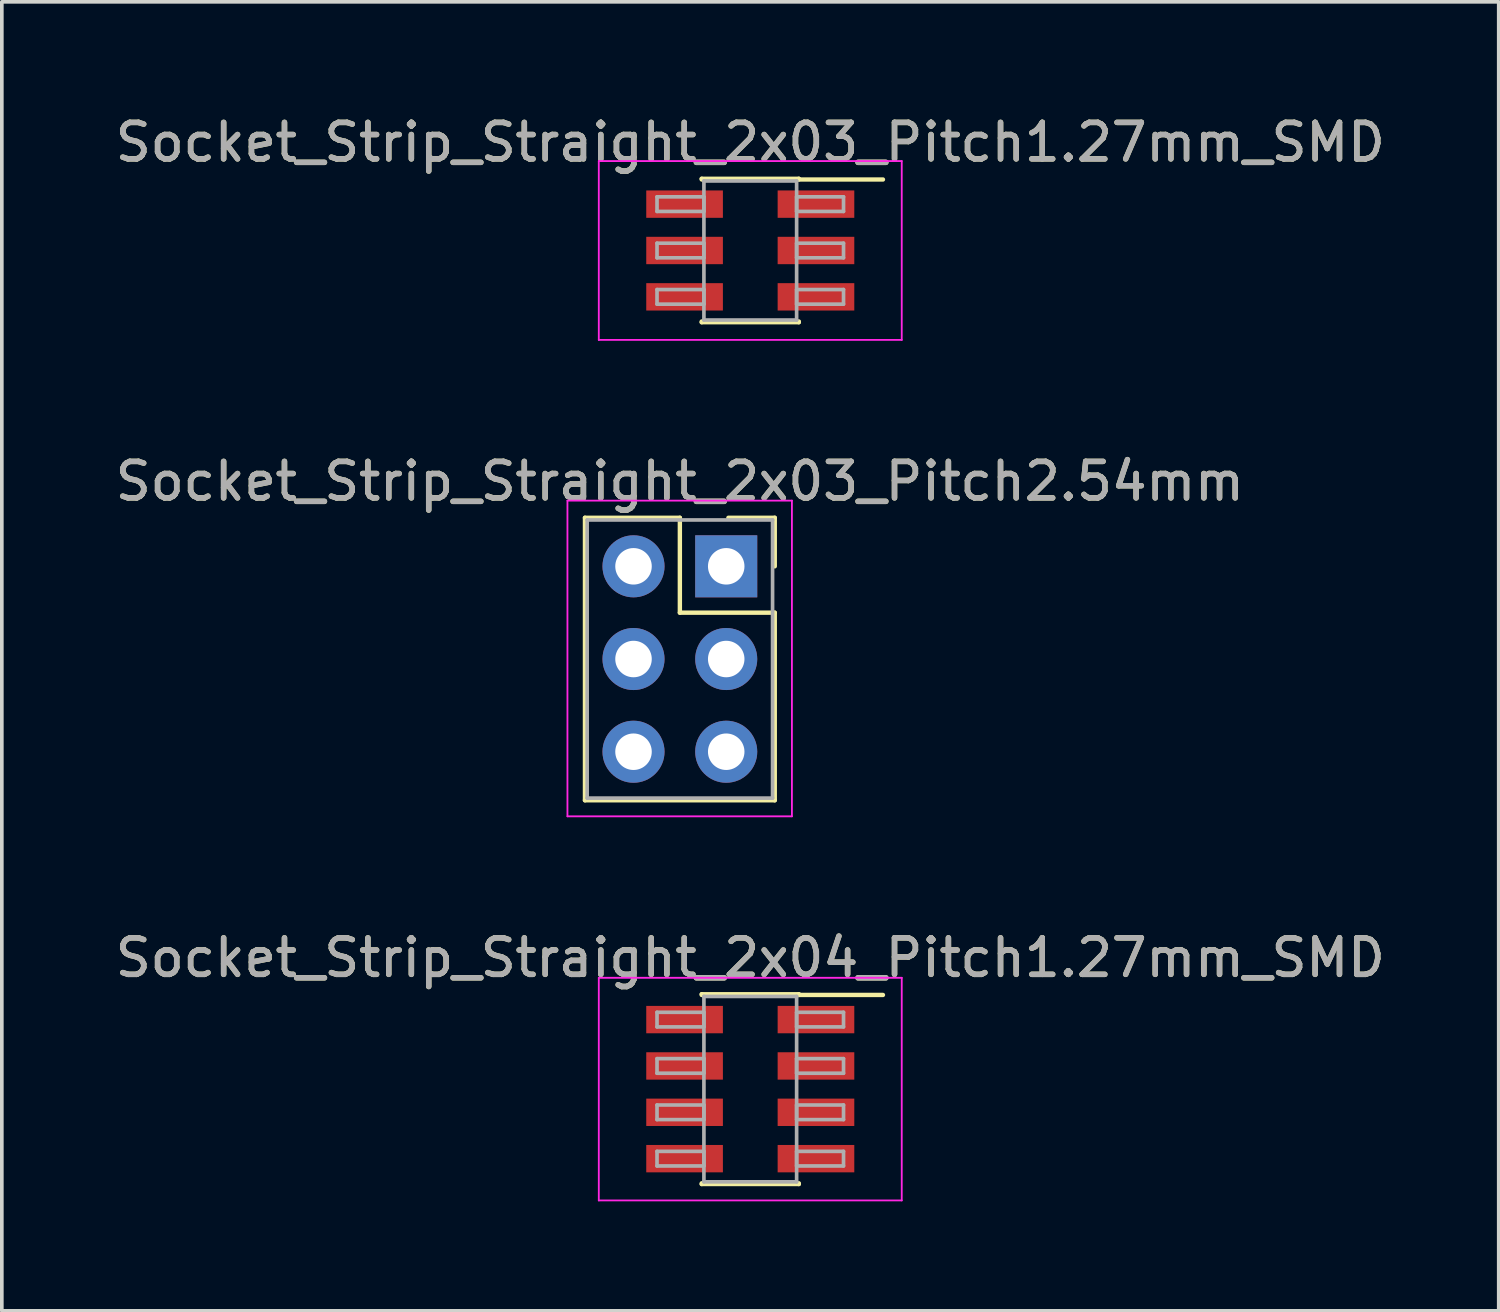
<source format=kicad_pcb>
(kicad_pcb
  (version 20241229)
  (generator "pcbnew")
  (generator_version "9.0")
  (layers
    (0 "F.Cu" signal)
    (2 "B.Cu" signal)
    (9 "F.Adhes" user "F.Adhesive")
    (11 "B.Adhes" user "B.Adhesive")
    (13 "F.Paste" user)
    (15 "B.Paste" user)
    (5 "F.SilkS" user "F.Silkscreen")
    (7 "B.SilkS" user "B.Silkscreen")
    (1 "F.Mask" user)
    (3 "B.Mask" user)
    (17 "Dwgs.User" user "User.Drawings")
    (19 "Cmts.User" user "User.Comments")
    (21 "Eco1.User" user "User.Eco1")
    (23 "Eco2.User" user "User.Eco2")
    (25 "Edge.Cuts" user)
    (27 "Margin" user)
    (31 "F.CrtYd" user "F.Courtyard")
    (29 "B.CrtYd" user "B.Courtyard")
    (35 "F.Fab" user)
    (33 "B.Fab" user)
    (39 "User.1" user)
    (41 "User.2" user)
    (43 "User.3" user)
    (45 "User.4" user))
  (footprint "Socket_Strip_Straight_2x03_Pitch2.54mm"
    (layer "F.Cu")
    (at 16.847 12.466)
    (property "Reference" "Socket_Strip_Straight_2x03_Pitch2.54mm" (at -1.27 -2.33 0) (layer "F.SilkS") (effects (font (size 1 1) (thickness 0.15))))
    (attr through_hole)
    (fp_line (start -3.87 -1.33) (end -1.27 -1.33) (stroke (width 0.12) (type solid)) (layer "F.SilkS"))
    (fp_line (start -3.87 6.41) (end -3.87 -1.33) (stroke (width 0.12) (type solid)) (layer "F.SilkS"))
    (fp_line (start -1.27 -1.33) (end -1.27 1.27) (stroke (width 0.12) (type solid)) (layer "F.SilkS"))
    (fp_line (start -1.27 1.27) (end 1.33 1.27) (stroke (width 0.12) (type solid)) (layer "F.SilkS"))
    (fp_line (start 1.33 -1.33) (end 0.06 -1.33) (stroke (width 0.12) (type solid)) (layer "F.SilkS"))
    (fp_line (start 1.33 0) (end 1.33 -1.33) (stroke (width 0.12) (type solid)) (layer "F.SilkS"))
    (fp_line (start 1.33 1.27) (end 1.33 6.41) (stroke (width 0.12) (type solid)) (layer "F.SilkS"))
    (fp_line (start 1.33 6.41) (end -3.87 6.41) (stroke (width 0.12) (type solid)) (layer "F.SilkS"))
    (fp_line (start -4.35 -1.8) (end -4.35 6.85) (stroke (width 0.05) (type solid)) (layer "F.CrtYd"))
    (fp_line (start -4.35 6.85) (end 1.8 6.85) (stroke (width 0.05) (type solid)) (layer "F.CrtYd"))
    (fp_line (start 1.8 -1.8) (end -4.35 -1.8) (stroke (width 0.05) (type solid)) (layer "F.CrtYd"))
    (fp_line (start 1.8 6.85) (end 1.8 -1.8) (stroke (width 0.05) (type solid)) (layer "F.CrtYd"))
    (fp_line (start -3.81 -1.27) (end -3.81 6.35) (stroke (width 0.1) (type solid)) (layer "F.Fab"))
    (fp_line (start -3.81 6.35) (end 1.27 6.35) (stroke (width 0.1) (type solid)) (layer "F.Fab"))
    (fp_line (start 1.27 -1.27) (end -3.81 -1.27) (stroke (width 0.1) (type solid)) (layer "F.Fab"))
    (fp_line (start 1.27 6.35) (end 1.27 -1.27) (stroke (width 0.1) (type solid)) (layer "F.Fab"))
    (fp_text user "${REFERENCE}" (at -1.27 -2.33 0) (layer "F.Fab") (effects (font (size 1 1) (thickness 0.15))))
    (pad "1" thru_hole rect (at 0 0) (size 1.7 1.7) (drill 1) (layers "*.Cu" "*.Mask"))
    (pad "2" thru_hole oval (at -2.54 0) (size 1.7 1.7) (drill 1) (layers "*.Cu" "*.Mask"))
    (pad "3" thru_hole oval (at 0 2.54) (size 1.7 1.7) (drill 1) (layers "*.Cu" "*.Mask"))
    (pad "4" thru_hole oval (at -2.54 2.54) (size 1.7 1.7) (drill 1) (layers "*.Cu" "*.Mask"))
    (pad "5" thru_hole oval (at 0 5.08) (size 1.7 1.7) (drill 1) (layers "*.Cu" "*.Mask"))
    (pad "6" thru_hole oval (at -2.54 5.08) (size 1.7 1.7) (drill 1) (layers "*.Cu" "*.Mask")))
  (footprint "Socket_Strip_Straight_2x04_Pitch1.27mm_SMD"
    (layer "F.Cu")
    (at 17.506 26.79)
    (property "Reference" "Socket_Strip_Straight_2x04_Pitch1.27mm_SMD" (at 0 -3.6 0) (layer "F.SilkS") (effects (font (size 1 1) (thickness 0.15))))
    (attr smd)
    (fp_line (start -1.33 -2.6) (end 1.33 -2.6) (stroke (width 0.12) (type solid)) (layer "F.SilkS"))
    (fp_line (start -1.33 -2.58) (end -1.33 -2.6) (stroke (width 0.12) (type solid)) (layer "F.SilkS"))
    (fp_line (start -1.33 2.58) (end -1.33 2.6) (stroke (width 0.12) (type solid)) (layer "F.SilkS"))
    (fp_line (start -1.33 2.6) (end 1.33 2.6) (stroke (width 0.12) (type solid)) (layer "F.SilkS"))
    (fp_line (start 1.33 -2.6) (end 1.33 -2.58) (stroke (width 0.12) (type solid)) (layer "F.SilkS"))
    (fp_line (start 1.33 2.6) (end 1.33 2.58) (stroke (width 0.12) (type solid)) (layer "F.SilkS"))
    (fp_line (start 3.635 -2.58) (end 1.33 -2.58) (stroke (width 0.12) (type solid)) (layer "F.SilkS"))
    (fp_line (start -4.15 -3.05) (end -4.15 3.05) (stroke (width 0.05) (type solid)) (layer "F.CrtYd"))
    (fp_line (start -4.15 3.05) (end 4.15 3.05) (stroke (width 0.05) (type solid)) (layer "F.CrtYd"))
    (fp_line (start 4.15 -3.05) (end -4.15 -3.05) (stroke (width 0.05) (type solid)) (layer "F.CrtYd"))
    (fp_line (start 4.15 3.05) (end 4.15 -3.05) (stroke (width 0.05) (type solid)) (layer "F.CrtYd"))
    (fp_line (start -2.555 -2.105) (end -1.27 -2.105) (stroke (width 0.1) (type solid)) (layer "F.Fab"))
    (fp_line (start -2.555 -1.705) (end -2.555 -2.105) (stroke (width 0.1) (type solid)) (layer "F.Fab"))
    (fp_line (start -2.555 -0.835) (end -1.27 -0.835) (stroke (width 0.1) (type solid)) (layer "F.Fab"))
    (fp_line (start -2.555 -0.435) (end -2.555 -0.835) (stroke (width 0.1) (type solid)) (layer "F.Fab"))
    (fp_line (start -2.555 0.435) (end -1.27 0.435) (stroke (width 0.1) (type solid)) (layer "F.Fab"))
    (fp_line (start -2.555 0.835) (end -2.555 0.435) (stroke (width 0.1) (type solid)) (layer "F.Fab"))
    (fp_line (start -2.555 1.705) (end -1.27 1.705) (stroke (width 0.1) (type solid)) (layer "F.Fab"))
    (fp_line (start -2.555 2.105) (end -2.555 1.705) (stroke (width 0.1) (type solid)) (layer "F.Fab"))
    (fp_line (start -1.27 -2.54) (end -1.27 2.54) (stroke (width 0.1) (type solid)) (layer "F.Fab"))
    (fp_line (start -1.27 -2.105) (end -1.27 -1.705) (stroke (width 0.1) (type solid)) (layer "F.Fab"))
    (fp_line (start -1.27 -1.705) (end -2.555 -1.705) (stroke (width 0.1) (type solid)) (layer "F.Fab"))
    (fp_line (start -1.27 -0.835) (end -1.27 -0.435) (stroke (width 0.1) (type solid)) (layer "F.Fab"))
    (fp_line (start -1.27 -0.435) (end -2.555 -0.435) (stroke (width 0.1) (type solid)) (layer "F.Fab"))
    (fp_line (start -1.27 0.435) (end -1.27 0.835) (stroke (width 0.1) (type solid)) (layer "F.Fab"))
    (fp_line (start -1.27 0.835) (end -2.555 0.835) (stroke (width 0.1) (type solid)) (layer "F.Fab"))
    (fp_line (start -1.27 1.705) (end -1.27 2.105) (stroke (width 0.1) (type solid)) (layer "F.Fab"))
    (fp_line (start -1.27 2.105) (end -2.555 2.105) (stroke (width 0.1) (type solid)) (layer "F.Fab"))
    (fp_line (start -1.27 2.54) (end 1.27 2.54) (stroke (width 0.1) (type solid)) (layer "F.Fab"))
    (fp_line (start 1.27 -2.54) (end -1.27 -2.54) (stroke (width 0.1) (type solid)) (layer "F.Fab"))
    (fp_line (start 1.27 -2.105) (end 1.27 -1.705) (stroke (width 0.1) (type solid)) (layer "F.Fab"))
    (fp_line (start 1.27 -1.705) (end 2.555 -1.705) (stroke (width 0.1) (type solid)) (layer "F.Fab"))
    (fp_line (start 1.27 -0.835) (end 1.27 -0.435) (stroke (width 0.1) (type solid)) (layer "F.Fab"))
    (fp_line (start 1.27 -0.435) (end 2.555 -0.435) (stroke (width 0.1) (type solid)) (layer "F.Fab"))
    (fp_line (start 1.27 0.435) (end 1.27 0.835) (stroke (width 0.1) (type solid)) (layer "F.Fab"))
    (fp_line (start 1.27 0.835) (end 2.555 0.835) (stroke (width 0.1) (type solid)) (layer "F.Fab"))
    (fp_line (start 1.27 1.705) (end 1.27 2.105) (stroke (width 0.1) (type solid)) (layer "F.Fab"))
    (fp_line (start 1.27 2.105) (end 2.555 2.105) (stroke (width 0.1) (type solid)) (layer "F.Fab"))
    (fp_line (start 1.27 2.54) (end 1.27 -2.54) (stroke (width 0.1) (type solid)) (layer "F.Fab"))
    (fp_line (start 2.555 -2.105) (end 1.27 -2.105) (stroke (width 0.1) (type solid)) (layer "F.Fab"))
    (fp_line (start 2.555 -1.705) (end 2.555 -2.105) (stroke (width 0.1) (type solid)) (layer "F.Fab"))
    (fp_line (start 2.555 -0.835) (end 1.27 -0.835) (stroke (width 0.1) (type solid)) (layer "F.Fab"))
    (fp_line (start 2.555 -0.435) (end 2.555 -0.835) (stroke (width 0.1) (type solid)) (layer "F.Fab"))
    (fp_line (start 2.555 0.435) (end 1.27 0.435) (stroke (width 0.1) (type solid)) (layer "F.Fab"))
    (fp_line (start 2.555 0.835) (end 2.555 0.435) (stroke (width 0.1) (type solid)) (layer "F.Fab"))
    (fp_line (start 2.555 1.705) (end 1.27 1.705) (stroke (width 0.1) (type solid)) (layer "F.Fab"))
    (fp_line (start 2.555 2.105) (end 2.555 1.705) (stroke (width 0.1) (type solid)) (layer "F.Fab"))
    (fp_text user "${REFERENCE}" (at 0 -3.6 0) (layer "F.Fab") (effects (font (size 1 1) (thickness 0.15))))
    (pad "1" smd rect (at 1.8 -1.905) (size 2.1 0.75) (layers "F.Cu" "F.Mask" "F.Paste"))
    (pad "2" smd rect (at -1.8 -1.905) (size 2.1 0.75) (layers "F.Cu" "F.Mask" "F.Paste"))
    (pad "3" smd rect (at 1.8 -0.635) (size 2.1 0.75) (layers "F.Cu" "F.Mask" "F.Paste"))
    (pad "4" smd rect (at -1.8 -0.635) (size 2.1 0.75) (layers "F.Cu" "F.Mask" "F.Paste"))
    (pad "5" smd rect (at 1.8 0.635) (size 2.1 0.75) (layers "F.Cu" "F.Mask" "F.Paste"))
    (pad "6" smd rect (at -1.8 0.635) (size 2.1 0.75) (layers "F.Cu" "F.Mask" "F.Paste"))
    (pad "7" smd rect (at 1.8 1.905) (size 2.1 0.75) (layers "F.Cu" "F.Mask" "F.Paste"))
    (pad "8" smd rect (at -1.8 1.905) (size 2.1 0.75) (layers "F.Cu" "F.Mask" "F.Paste")))
  (footprint "Socket_Strip_Straight_2x03_Pitch1.27mm_SMD"
    (layer "F.Cu")
    (at 17.506 3.813)
    (property "Reference" "Socket_Strip_Straight_2x03_Pitch1.27mm_SMD" (at 0 -2.965 0) (layer "F.SilkS") (effects (font (size 1 1) (thickness 0.15))))
    (attr smd)
    (fp_line (start -1.33 -1.965) (end 1.33 -1.965) (stroke (width 0.12) (type solid)) (layer "F.SilkS"))
    (fp_line (start -1.33 -1.945) (end -1.33 -1.965) (stroke (width 0.12) (type solid)) (layer "F.SilkS"))
    (fp_line (start -1.33 1.945) (end -1.33 1.965) (stroke (width 0.12) (type solid)) (layer "F.SilkS"))
    (fp_line (start -1.33 1.965) (end 1.33 1.965) (stroke (width 0.12) (type solid)) (layer "F.SilkS"))
    (fp_line (start 1.33 -1.965) (end 1.33 -1.945) (stroke (width 0.12) (type solid)) (layer "F.SilkS"))
    (fp_line (start 1.33 1.965) (end 1.33 1.945) (stroke (width 0.12) (type solid)) (layer "F.SilkS"))
    (fp_line (start 3.635 -1.945) (end 1.33 -1.945) (stroke (width 0.12) (type solid)) (layer "F.SilkS"))
    (fp_line (start -4.15 -2.45) (end -4.15 2.45) (stroke (width 0.05) (type solid)) (layer "F.CrtYd"))
    (fp_line (start -4.15 2.45) (end 4.15 2.45) (stroke (width 0.05) (type solid)) (layer "F.CrtYd"))
    (fp_line (start 4.15 -2.45) (end -4.15 -2.45) (stroke (width 0.05) (type solid)) (layer "F.CrtYd"))
    (fp_line (start 4.15 2.45) (end 4.15 -2.45) (stroke (width 0.05) (type solid)) (layer "F.CrtYd"))
    (fp_line (start -2.555 -1.47) (end -1.27 -1.47) (stroke (width 0.1) (type solid)) (layer "F.Fab"))
    (fp_line (start -2.555 -1.07) (end -2.555 -1.47) (stroke (width 0.1) (type solid)) (layer "F.Fab"))
    (fp_line (start -2.555 -0.2) (end -1.27 -0.2) (stroke (width 0.1) (type solid)) (layer "F.Fab"))
    (fp_line (start -2.555 0.2) (end -2.555 -0.2) (stroke (width 0.1) (type solid)) (layer "F.Fab"))
    (fp_line (start -2.555 1.07) (end -1.27 1.07) (stroke (width 0.1) (type solid)) (layer "F.Fab"))
    (fp_line (start -2.555 1.47) (end -2.555 1.07) (stroke (width 0.1) (type solid)) (layer "F.Fab"))
    (fp_line (start -1.27 -1.905) (end -1.27 1.905) (stroke (width 0.1) (type solid)) (layer "F.Fab"))
    (fp_line (start -1.27 -1.47) (end -1.27 -1.07) (stroke (width 0.1) (type solid)) (layer "F.Fab"))
    (fp_line (start -1.27 -1.07) (end -2.555 -1.07) (stroke (width 0.1) (type solid)) (layer "F.Fab"))
    (fp_line (start -1.27 -0.2) (end -1.27 0.2) (stroke (width 0.1) (type solid)) (layer "F.Fab"))
    (fp_line (start -1.27 0.2) (end -2.555 0.2) (stroke (width 0.1) (type solid)) (layer "F.Fab"))
    (fp_line (start -1.27 1.07) (end -1.27 1.47) (stroke (width 0.1) (type solid)) (layer "F.Fab"))
    (fp_line (start -1.27 1.47) (end -2.555 1.47) (stroke (width 0.1) (type solid)) (layer "F.Fab"))
    (fp_line (start -1.27 1.905) (end 1.27 1.905) (stroke (width 0.1) (type solid)) (layer "F.Fab"))
    (fp_line (start 1.27 -1.905) (end -1.27 -1.905) (stroke (width 0.1) (type solid)) (layer "F.Fab"))
    (fp_line (start 1.27 -1.47) (end 1.27 -1.07) (stroke (width 0.1) (type solid)) (layer "F.Fab"))
    (fp_line (start 1.27 -1.07) (end 2.555 -1.07) (stroke (width 0.1) (type solid)) (layer "F.Fab"))
    (fp_line (start 1.27 -0.2) (end 1.27 0.2) (stroke (width 0.1) (type solid)) (layer "F.Fab"))
    (fp_line (start 1.27 0.2) (end 2.555 0.2) (stroke (width 0.1) (type solid)) (layer "F.Fab"))
    (fp_line (start 1.27 1.07) (end 1.27 1.47) (stroke (width 0.1) (type solid)) (layer "F.Fab"))
    (fp_line (start 1.27 1.47) (end 2.555 1.47) (stroke (width 0.1) (type solid)) (layer "F.Fab"))
    (fp_line (start 1.27 1.905) (end 1.27 -1.905) (stroke (width 0.1) (type solid)) (layer "F.Fab"))
    (fp_line (start 2.555 -1.47) (end 1.27 -1.47) (stroke (width 0.1) (type solid)) (layer "F.Fab"))
    (fp_line (start 2.555 -1.07) (end 2.555 -1.47) (stroke (width 0.1) (type solid)) (layer "F.Fab"))
    (fp_line (start 2.555 -0.2) (end 1.27 -0.2) (stroke (width 0.1) (type solid)) (layer "F.Fab"))
    (fp_line (start 2.555 0.2) (end 2.555 -0.2) (stroke (width 0.1) (type solid)) (layer "F.Fab"))
    (fp_line (start 2.555 1.07) (end 1.27 1.07) (stroke (width 0.1) (type solid)) (layer "F.Fab"))
    (fp_line (start 2.555 1.47) (end 2.555 1.07) (stroke (width 0.1) (type solid)) (layer "F.Fab"))
    (fp_text user "${REFERENCE}" (at 0 -2.965 0) (layer "F.Fab") (effects (font (size 1 1) (thickness 0.15))))
    (pad "1" smd rect (at 1.8 -1.27) (size 2.1 0.75) (layers "F.Cu" "F.Mask" "F.Paste"))
    (pad "2" smd rect (at -1.8 -1.27) (size 2.1 0.75) (layers "F.Cu" "F.Mask" "F.Paste"))
    (pad "3" smd rect (at 1.8 0) (size 2.1 0.75) (layers "F.Cu" "F.Mask" "F.Paste"))
    (pad "4" smd rect (at -1.8 0) (size 2.1 0.75) (layers "F.Cu" "F.Mask" "F.Paste"))
    (pad "5" smd rect (at 1.8 1.27) (size 2.1 0.75) (layers "F.Cu" "F.Mask" "F.Paste"))
    (pad "6" smd rect (at -1.8 1.27) (size 2.1 0.75) (layers "F.Cu" "F.Mask" "F.Paste")))
  (gr_rect
    (start -3 -3)
    (end 38.012 32.865)
    (stroke (width 0.1) (type default))
    (fill no)
    (layer "Edge.Cuts")))
</source>
